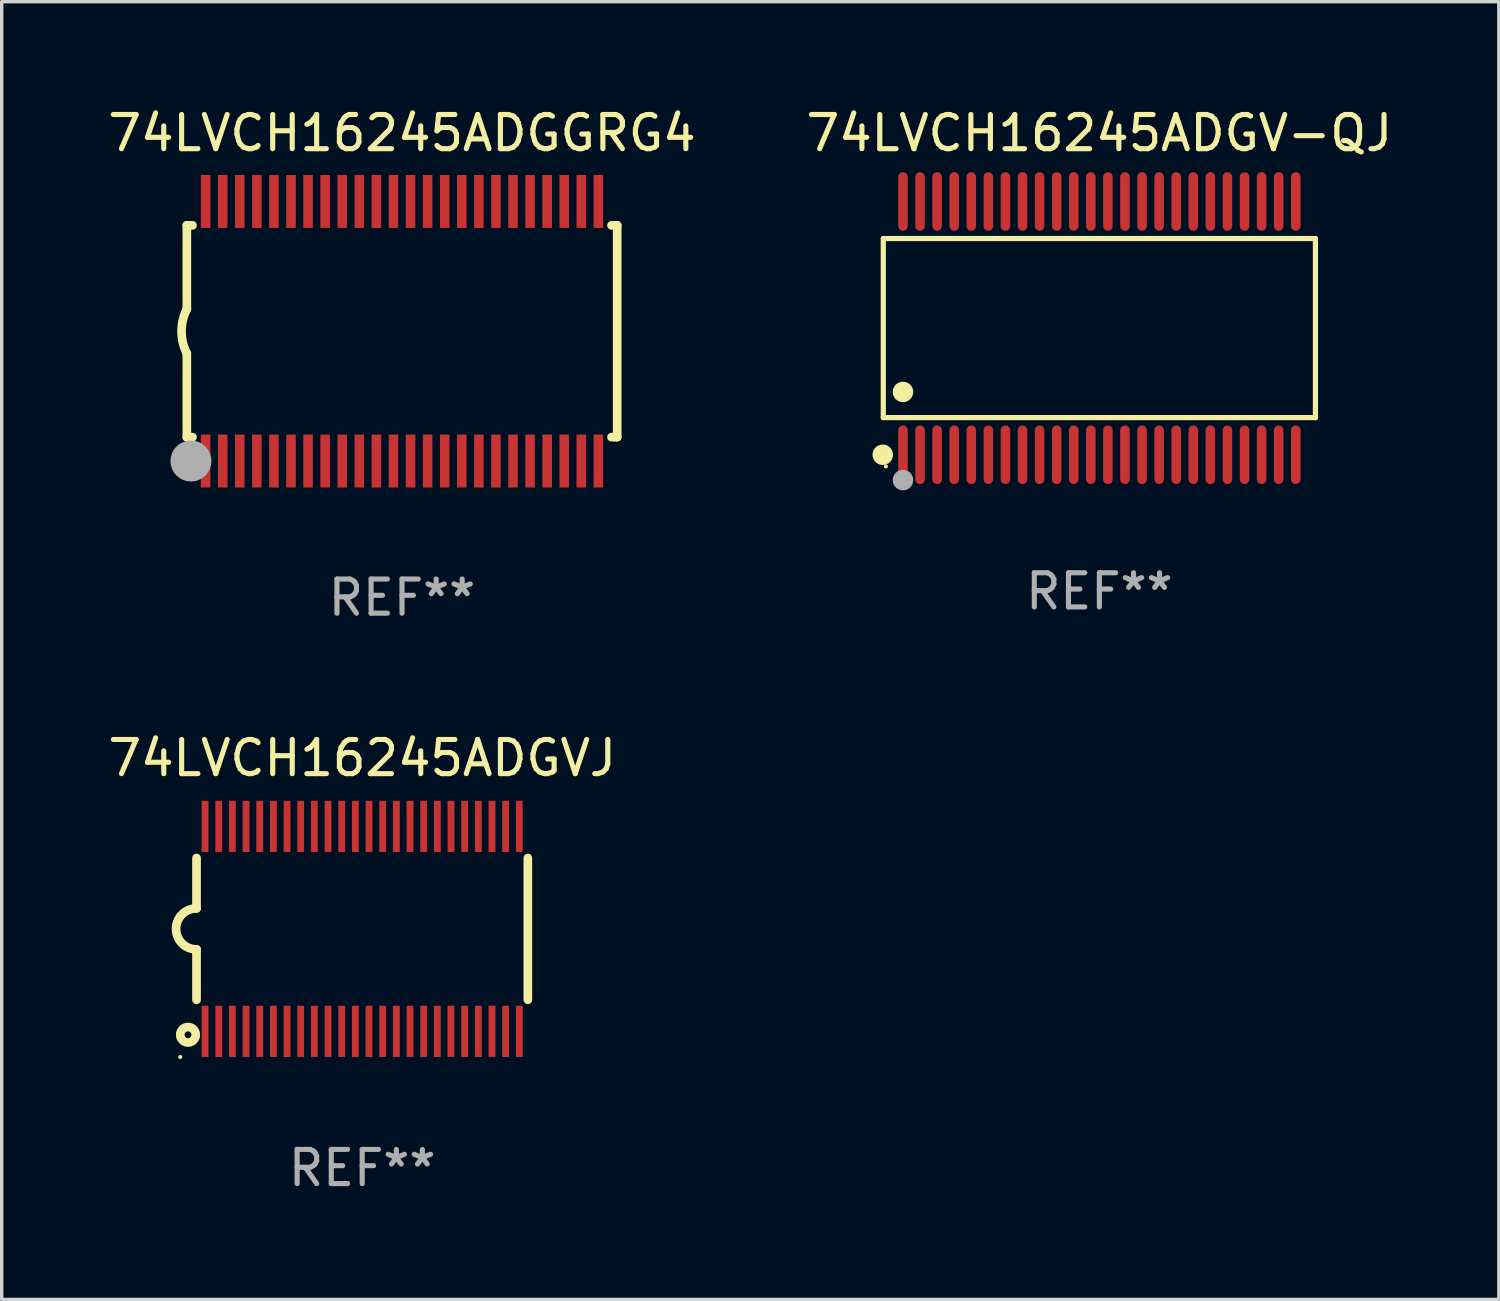
<source format=kicad_pcb>
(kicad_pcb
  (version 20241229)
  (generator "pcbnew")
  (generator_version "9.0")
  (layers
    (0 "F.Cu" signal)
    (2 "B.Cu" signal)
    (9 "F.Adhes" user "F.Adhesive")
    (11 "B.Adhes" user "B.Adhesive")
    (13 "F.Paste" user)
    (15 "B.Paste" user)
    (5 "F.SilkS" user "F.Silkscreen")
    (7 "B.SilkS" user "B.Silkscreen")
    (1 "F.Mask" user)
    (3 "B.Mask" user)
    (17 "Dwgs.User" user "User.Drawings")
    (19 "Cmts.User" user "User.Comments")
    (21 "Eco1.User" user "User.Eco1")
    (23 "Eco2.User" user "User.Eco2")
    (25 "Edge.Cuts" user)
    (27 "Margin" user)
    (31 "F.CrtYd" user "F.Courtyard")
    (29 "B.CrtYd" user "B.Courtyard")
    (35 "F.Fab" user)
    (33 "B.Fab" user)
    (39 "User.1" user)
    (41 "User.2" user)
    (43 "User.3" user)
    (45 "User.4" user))
  (footprint "74LVCH16245ADGV-QJ"
    (layer "F.Cu")
    (at 29.137 6.556)
    (property "Reference" "74LVCH16245ADGV-QJ" (at 0 -5.708 0) (layer "F.SilkS") (effects (font (size 1 1) (thickness 0.15))))
    (attr through_hole)
    (fp_line (start -6.326 -2.622) (end 6.326 -2.622) (stroke (width 0.152) (type solid)) (layer "F.SilkS"))
    (fp_line (start -6.326 2.621) (end -6.326 -2.622) (stroke (width 0.152) (type solid)) (layer "F.SilkS"))
    (fp_line (start 6.326 -2.622) (end 6.326 2.621) (stroke (width 0.152) (type solid)) (layer "F.SilkS"))
    (fp_line (start 6.326 2.621) (end -6.326 2.621) (stroke (width 0.152) (type solid)) (layer "F.SilkS"))
    (fp_circle (center -6.342 3.708) (end -6.192 3.708) (stroke (width 0.3) (type solid)) (fill no) (layer "F.SilkS"))
    (fp_circle (center -6.25 4.05) (end -6.22 4.05) (stroke (width 0.06) (type solid)) (fill no) (layer "F.SilkS"))
    (fp_circle (center -5.75 1.869) (end -5.6 1.869) (stroke (width 0.3) (type solid)) (fill no) (layer "F.SilkS"))
    (fp_circle (center -5.75 4.45) (end -5.6 4.45) (stroke (width 0.3) (type solid)) (fill no) (layer "F.Fab"))
    (fp_text user "REF**" (at 0 7.708 0) (layer "F.Fab") (effects (font (size 1 1) (thickness 0.15))))
    (pad "1" smd oval (at -5.75 3.708) (size 0.28 1.715) (layers "F.Cu" "F.Mask" "F.Paste"))
    (pad "2" smd oval (at -5.25 3.708) (size 0.28 1.715) (layers "F.Cu" "F.Mask" "F.Paste"))
    (pad "3" smd oval (at -4.75 3.708) (size 0.28 1.715) (layers "F.Cu" "F.Mask" "F.Paste"))
    (pad "4" smd oval (at -4.25 3.708) (size 0.28 1.715) (layers "F.Cu" "F.Mask" "F.Paste"))
    (pad "5" smd oval (at -3.75 3.708) (size 0.28 1.715) (layers "F.Cu" "F.Mask" "F.Paste"))
    (pad "6" smd oval (at -3.25 3.708) (size 0.28 1.715) (layers "F.Cu" "F.Mask" "F.Paste"))
    (pad "7" smd oval (at -2.75 3.708) (size 0.28 1.715) (layers "F.Cu" "F.Mask" "F.Paste"))
    (pad "8" smd oval (at -2.25 3.708) (size 0.28 1.715) (layers "F.Cu" "F.Mask" "F.Paste"))
    (pad "9" smd oval (at -1.75 3.708) (size 0.28 1.715) (layers "F.Cu" "F.Mask" "F.Paste"))
    (pad "10" smd oval (at -1.25 3.708) (size 0.28 1.715) (layers "F.Cu" "F.Mask" "F.Paste"))
    (pad "11" smd oval (at -0.75 3.708) (size 0.28 1.715) (layers "F.Cu" "F.Mask" "F.Paste"))
    (pad "12" smd oval (at -0.25 3.708) (size 0.28 1.715) (layers "F.Cu" "F.Mask" "F.Paste"))
    (pad "13" smd oval (at 0.25 3.708) (size 0.28 1.715) (layers "F.Cu" "F.Mask" "F.Paste"))
    (pad "14" smd oval (at 0.75 3.708) (size 0.28 1.715) (layers "F.Cu" "F.Mask" "F.Paste"))
    (pad "15" smd oval (at 1.25 3.708) (size 0.28 1.715) (layers "F.Cu" "F.Mask" "F.Paste"))
    (pad "16" smd oval (at 1.75 3.708) (size 0.28 1.715) (layers "F.Cu" "F.Mask" "F.Paste"))
    (pad "17" smd oval (at 2.25 3.708) (size 0.28 1.715) (layers "F.Cu" "F.Mask" "F.Paste"))
    (pad "18" smd oval (at 2.75 3.708) (size 0.28 1.715) (layers "F.Cu" "F.Mask" "F.Paste"))
    (pad "19" smd oval (at 3.25 3.708) (size 0.28 1.715) (layers "F.Cu" "F.Mask" "F.Paste"))
    (pad "20" smd oval (at 3.75 3.708) (size 0.28 1.715) (layers "F.Cu" "F.Mask" "F.Paste"))
    (pad "21" smd oval (at 4.25 3.708) (size 0.28 1.715) (layers "F.Cu" "F.Mask" "F.Paste"))
    (pad "22" smd oval (at 4.75 3.708) (size 0.28 1.715) (layers "F.Cu" "F.Mask" "F.Paste"))
    (pad "23" smd oval (at 5.25 3.708) (size 0.28 1.715) (layers "F.Cu" "F.Mask" "F.Paste"))
    (pad "24" smd oval (at 5.75 3.708) (size 0.28 1.715) (layers "F.Cu" "F.Mask" "F.Paste"))
    (pad "25" smd oval (at 5.75 -3.708) (size 0.28 1.715) (layers "F.Cu" "F.Mask" "F.Paste"))
    (pad "26" smd oval (at 5.25 -3.708) (size 0.28 1.715) (layers "F.Cu" "F.Mask" "F.Paste"))
    (pad "27" smd oval (at 4.75 -3.708) (size 0.28 1.715) (layers "F.Cu" "F.Mask" "F.Paste"))
    (pad "28" smd oval (at 4.25 -3.708) (size 0.28 1.715) (layers "F.Cu" "F.Mask" "F.Paste"))
    (pad "29" smd oval (at 3.75 -3.708) (size 0.28 1.715) (layers "F.Cu" "F.Mask" "F.Paste"))
    (pad "30" smd oval (at 3.25 -3.708) (size 0.28 1.715) (layers "F.Cu" "F.Mask" "F.Paste"))
    (pad "31" smd oval (at 2.75 -3.708) (size 0.28 1.715) (layers "F.Cu" "F.Mask" "F.Paste"))
    (pad "32" smd oval (at 2.25 -3.708) (size 0.28 1.715) (layers "F.Cu" "F.Mask" "F.Paste"))
    (pad "33" smd oval (at 1.75 -3.708) (size 0.28 1.715) (layers "F.Cu" "F.Mask" "F.Paste"))
    (pad "34" smd oval (at 1.25 -3.708) (size 0.28 1.715) (layers "F.Cu" "F.Mask" "F.Paste"))
    (pad "35" smd oval (at 0.75 -3.708) (size 0.28 1.715) (layers "F.Cu" "F.Mask" "F.Paste"))
    (pad "36" smd oval (at 0.25 -3.708) (size 0.28 1.715) (layers "F.Cu" "F.Mask" "F.Paste"))
    (pad "37" smd oval (at -0.25 -3.708) (size 0.28 1.715) (layers "F.Cu" "F.Mask" "F.Paste"))
    (pad "38" smd oval (at -0.75 -3.708) (size 0.28 1.715) (layers "F.Cu" "F.Mask" "F.Paste"))
    (pad "39" smd oval (at -1.25 -3.708) (size 0.28 1.715) (layers "F.Cu" "F.Mask" "F.Paste"))
    (pad "40" smd oval (at -1.75 -3.708) (size 0.28 1.715) (layers "F.Cu" "F.Mask" "F.Paste"))
    (pad "41" smd oval (at -2.25 -3.708) (size 0.28 1.715) (layers "F.Cu" "F.Mask" "F.Paste"))
    (pad "42" smd oval (at -2.75 -3.708) (size 0.28 1.715) (layers "F.Cu" "F.Mask" "F.Paste"))
    (pad "43" smd oval (at -3.25 -3.708) (size 0.28 1.715) (layers "F.Cu" "F.Mask" "F.Paste"))
    (pad "44" smd oval (at -3.75 -3.708) (size 0.28 1.715) (layers "F.Cu" "F.Mask" "F.Paste"))
    (pad "45" smd oval (at -4.25 -3.708) (size 0.28 1.715) (layers "F.Cu" "F.Mask" "F.Paste"))
    (pad "46" smd oval (at -4.75 -3.708) (size 0.28 1.715) (layers "F.Cu" "F.Mask" "F.Paste"))
    (pad "47" smd oval (at -5.25 -3.708) (size 0.28 1.715) (layers "F.Cu" "F.Mask" "F.Paste"))
    (pad "48" smd oval (at -5.75 -3.708) (size 0.28 1.715) (layers "F.Cu" "F.Mask" "F.Paste")))
  (footprint "74LVCH16245ADGVJ"
    (layer "F.Cu")
    (at 7.554 24.146)
    (property "Reference" "74LVCH16245ADGVJ" (at 0 -5.001 0) (layer "F.SilkS") (effects (font (size 1 1) (thickness 0.15))))
    (attr through_hole)
    (fp_line (start -4.85 -2.076) (end -4.85 -0.6) (stroke (width 0.254) (type solid)) (layer "F.SilkS"))
    (fp_line (start -4.85 2.076) (end -4.85 0.6) (stroke (width 0.254) (type solid)) (layer "F.SilkS"))
    (fp_line (start 4.85 -2.075) (end 4.85 2.075) (stroke (width 0.254) (type solid)) (layer "F.SilkS"))
    (fp_arc (start -4.850013 0.6) (mid -5.449099 -0.0008) (end -4.848869 -0.600457) (stroke (width 0.254001) (type solid)) (layer "F.SilkS"))
    (fp_circle (center -5.327 3.751) (end -5.297 3.751) (stroke (width 0.06) (type solid)) (fill no) (layer "F.SilkS"))
    (fp_circle (center -5.1 3.1) (end -5 3.1) (stroke (width 0.254) (type solid)) (fill no) (layer "F.SilkS"))
    (fp_text user "REF**" (at 0 7.001 0) (layer "F.Fab") (effects (font (size 1 1) (thickness 0.15))))
    (pad "1" smd rect (at -4.6 3) (size 0.2 1.5) (layers "F.Cu" "F.Mask" "F.Paste"))
    (pad "2" smd rect (at -4.2 3) (size 0.2 1.5) (layers "F.Cu" "F.Mask" "F.Paste"))
    (pad "3" smd rect (at -3.8 3) (size 0.2 1.5) (layers "F.Cu" "F.Mask" "F.Paste"))
    (pad "4" smd rect (at -3.4 3) (size 0.2 1.5) (layers "F.Cu" "F.Mask" "F.Paste"))
    (pad "5" smd rect (at -3 3.001) (size 0.2 1.5) (layers "F.Cu" "F.Mask" "F.Paste"))
    (pad "6" smd rect (at -2.6 3) (size 0.2 1.5) (layers "F.Cu" "F.Mask" "F.Paste"))
    (pad "7" smd rect (at -2.2 3) (size 0.2 1.5) (layers "F.Cu" "F.Mask" "F.Paste"))
    (pad "8" smd rect (at -1.8 3) (size 0.2 1.5) (layers "F.Cu" "F.Mask" "F.Paste"))
    (pad "9" smd rect (at -1.4 3) (size 0.2 1.5) (layers "F.Cu" "F.Mask" "F.Paste"))
    (pad "10" smd rect (at -1 3) (size 0.2 1.5) (layers "F.Cu" "F.Mask" "F.Paste"))
    (pad "11" smd rect (at -0.6 3) (size 0.2 1.5) (layers "F.Cu" "F.Mask" "F.Paste"))
    (pad "12" smd rect (at -0.2 3) (size 0.2 1.5) (layers "F.Cu" "F.Mask" "F.Paste"))
    (pad "13" smd rect (at 0.2 3) (size 0.2 1.5) (layers "F.Cu" "F.Mask" "F.Paste"))
    (pad "14" smd rect (at 0.6 3) (size 0.2 1.5) (layers "F.Cu" "F.Mask" "F.Paste"))
    (pad "15" smd rect (at 1 3) (size 0.2 1.5) (layers "F.Cu" "F.Mask" "F.Paste"))
    (pad "16" smd rect (at 1.4 3) (size 0.2 1.5) (layers "F.Cu" "F.Mask" "F.Paste"))
    (pad "17" smd rect (at 1.8 3) (size 0.2 1.5) (layers "F.Cu" "F.Mask" "F.Paste"))
    (pad "18" smd rect (at 2.2 3.001) (size 0.2 1.5) (layers "F.Cu" "F.Mask" "F.Paste"))
    (pad "19" smd rect (at 2.598 2.998) (size 0.2 1.5) (layers "F.Cu" "F.Mask" "F.Paste"))
    (pad "20" smd rect (at 3 3) (size 0.2 1.5) (layers "F.Cu" "F.Mask" "F.Paste"))
    (pad "21" smd rect (at 3.4 3) (size 0.2 1.5) (layers "F.Cu" "F.Mask" "F.Paste"))
    (pad "22" smd rect (at 3.8 2.998) (size 0.2 1.5) (layers "F.Cu" "F.Mask" "F.Paste"))
    (pad "23" smd rect (at 4.2 3) (size 0.2 1.5) (layers "F.Cu" "F.Mask" "F.Paste"))
    (pad "24" smd rect (at 4.6 3) (size 0.2 1.5) (layers "F.Cu" "F.Mask" "F.Paste"))
    (pad "25" smd rect (at 4.6 -3) (size 0.2 1.5) (layers "F.Cu" "F.Mask" "F.Paste"))
    (pad "26" smd rect (at 4.2 -3) (size 0.2 1.5) (layers "F.Cu" "F.Mask" "F.Paste"))
    (pad "27" smd rect (at 3.8 -3) (size 0.2 1.5) (layers "F.Cu" "F.Mask" "F.Paste"))
    (pad "28" smd rect (at 3.4 -3) (size 0.2 1.5) (layers "F.Cu" "F.Mask" "F.Paste"))
    (pad "29" smd rect (at 3 -3) (size 0.2 1.5) (layers "F.Cu" "F.Mask" "F.Paste"))
    (pad "30" smd rect (at 2.6 -3) (size 0.2 1.5) (layers "F.Cu" "F.Mask" "F.Paste"))
    (pad "31" smd rect (at 2.2 -3) (size 0.2 1.5) (layers "F.Cu" "F.Mask" "F.Paste"))
    (pad "32" smd rect (at 1.8 -3) (size 0.2 1.5) (layers "F.Cu" "F.Mask" "F.Paste"))
    (pad "33" smd rect (at 1.4 -3) (size 0.2 1.5) (layers "F.Cu" "F.Mask" "F.Paste"))
    (pad "34" smd rect (at 1 -3) (size 0.2 1.5) (layers "F.Cu" "F.Mask" "F.Paste"))
    (pad "35" smd rect (at 0.6 -3) (size 0.2 1.5) (layers "F.Cu" "F.Mask" "F.Paste"))
    (pad "36" smd rect (at 0.201 -3.001) (size 0.2 1.5) (layers "F.Cu" "F.Mask" "F.Paste"))
    (pad "37" smd rect (at -0.2 -3) (size 0.2 1.5) (layers "F.Cu" "F.Mask" "F.Paste"))
    (pad "38" smd rect (at -0.6 -3) (size 0.2 1.5) (layers "F.Cu" "F.Mask" "F.Paste"))
    (pad "39" smd rect (at -1 -3) (size 0.2 1.5) (layers "F.Cu" "F.Mask" "F.Paste"))
    (pad "40" smd rect (at -1.4 -3) (size 0.2 1.5) (layers "F.Cu" "F.Mask" "F.Paste"))
    (pad "41" smd rect (at -1.8 -3) (size 0.2 1.5) (layers "F.Cu" "F.Mask" "F.Paste"))
    (pad "42" smd rect (at -2.2 -3) (size 0.2 1.5) (layers "F.Cu" "F.Mask" "F.Paste"))
    (pad "43" smd rect (at -2.6 -3) (size 0.2 1.5) (layers "F.Cu" "F.Mask" "F.Paste"))
    (pad "44" smd rect (at -3 -3) (size 0.2 1.5) (layers "F.Cu" "F.Mask" "F.Paste"))
    (pad "45" smd rect (at -3.4 -3) (size 0.2 1.5) (layers "F.Cu" "F.Mask" "F.Paste"))
    (pad "46" smd rect (at -3.8 -3) (size 0.2 1.5) (layers "F.Cu" "F.Mask" "F.Paste"))
    (pad "47" smd rect (at -4.2 -3) (size 0.2 1.5) (layers "F.Cu" "F.Mask" "F.Paste"))
    (pad "48" smd rect (at -4.6 -3) (size 0.2 1.5) (layers "F.Cu" "F.Mask" "F.Paste")))
  (footprint "74LVCH16245ADGGRG4"
    (layer "F.Cu")
    (at 8.72 6.648)
    (property "Reference" "74LVCH16245ADGGRG4" (at 0 -5.8 0) (layer "F.SilkS") (effects (font (size 1 1) (thickness 0.15))))
    (attr through_hole)
    (fp_line (start -6.3 -3.1) (end -6.3 -0.65) (stroke (width 0.254) (type solid)) (layer "F.SilkS"))
    (fp_line (start -6.3 -3.1) (end -6.134 -3.1) (stroke (width 0.254) (type solid)) (layer "F.SilkS"))
    (fp_line (start -6.3 3.1) (end -6.3 0.65) (stroke (width 0.254) (type solid)) (layer "F.SilkS"))
    (fp_line (start -6.3 3.1) (end -6.134 3.1) (stroke (width 0.254) (type solid)) (layer "F.SilkS"))
    (fp_line (start 6.134 -3.1) (end 6.3 -3.1) (stroke (width 0.254) (type solid)) (layer "F.SilkS"))
    (fp_line (start 6.134 3.1) (end 6.3 3.1) (stroke (width 0.254) (type solid)) (layer "F.SilkS"))
    (fp_line (start 6.3 -3.1) (end 6.3 3.1) (stroke (width 0.254) (type solid)) (layer "F.SilkS"))
    (fp_arc (start -6.301016 0.650114) (mid -6.45413 -0.000082) (end -6.3 -0.650038) (stroke (width 0.254001) (type solid)) (layer "F.SilkS"))
    (fp_circle (center -6.35 3.81) (end -6.223 3.81) (stroke (width 0.254) (type solid)) (fill no) (layer "F.SilkS"))
    (fp_circle (center -6.25 4.05) (end -6.22 4.05) (stroke (width 0.06) (type solid)) (fill no) (layer "F.SilkS"))
    (fp_circle (center -6.18 3.8) (end -5.88 3.8) (stroke (width 0.6) (type solid)) (fill no) (layer "F.Fab"))
    (fp_text user "REF**" (at 0 7.8 0) (layer "F.Fab") (effects (font (size 1 1) (thickness 0.15))))
    (pad "1" smd rect (at -5.75 3.8) (size 0.28 1.55) (layers "F.Cu" "F.Mask" "F.Paste"))
    (pad "2" smd rect (at -5.25 3.8) (size 0.28 1.55) (layers "F.Cu" "F.Mask" "F.Paste"))
    (pad "3" smd rect (at -4.75 3.8) (size 0.28 1.55) (layers "F.Cu" "F.Mask" "F.Paste"))
    (pad "4" smd rect (at -4.25 3.8) (size 0.28 1.55) (layers "F.Cu" "F.Mask" "F.Paste"))
    (pad "5" smd rect (at -3.75 3.8) (size 0.28 1.55) (layers "F.Cu" "F.Mask" "F.Paste"))
    (pad "6" smd rect (at -3.25 3.8) (size 0.28 1.55) (layers "F.Cu" "F.Mask" "F.Paste"))
    (pad "7" smd rect (at -2.75 3.8) (size 0.28 1.55) (layers "F.Cu" "F.Mask" "F.Paste"))
    (pad "8" smd rect (at -2.25 3.8) (size 0.28 1.55) (layers "F.Cu" "F.Mask" "F.Paste"))
    (pad "9" smd rect (at -1.75 3.8) (size 0.28 1.55) (layers "F.Cu" "F.Mask" "F.Paste"))
    (pad "10" smd rect (at -1.25 3.8) (size 0.28 1.55) (layers "F.Cu" "F.Mask" "F.Paste"))
    (pad "11" smd rect (at -0.75 3.8) (size 0.28 1.55) (layers "F.Cu" "F.Mask" "F.Paste"))
    (pad "12" smd rect (at -0.25 3.8) (size 0.28 1.55) (layers "F.Cu" "F.Mask" "F.Paste"))
    (pad "13" smd rect (at 0.25 3.8) (size 0.28 1.55) (layers "F.Cu" "F.Mask" "F.Paste"))
    (pad "14" smd rect (at 0.75 3.8) (size 0.28 1.55) (layers "F.Cu" "F.Mask" "F.Paste"))
    (pad "15" smd rect (at 1.25 3.8) (size 0.28 1.55) (layers "F.Cu" "F.Mask" "F.Paste"))
    (pad "16" smd rect (at 1.75 3.8) (size 0.28 1.55) (layers "F.Cu" "F.Mask" "F.Paste"))
    (pad "17" smd rect (at 2.25 3.8) (size 0.28 1.55) (layers "F.Cu" "F.Mask" "F.Paste"))
    (pad "18" smd rect (at 2.75 3.8) (size 0.28 1.55) (layers "F.Cu" "F.Mask" "F.Paste"))
    (pad "19" smd rect (at 3.25 3.8) (size 0.28 1.55) (layers "F.Cu" "F.Mask" "F.Paste"))
    (pad "20" smd rect (at 3.75 3.8) (size 0.28 1.55) (layers "F.Cu" "F.Mask" "F.Paste"))
    (pad "21" smd rect (at 4.25 3.8) (size 0.28 1.55) (layers "F.Cu" "F.Mask" "F.Paste"))
    (pad "22" smd rect (at 4.75 3.8) (size 0.28 1.55) (layers "F.Cu" "F.Mask" "F.Paste"))
    (pad "23" smd rect (at 5.25 3.8) (size 0.28 1.55) (layers "F.Cu" "F.Mask" "F.Paste"))
    (pad "24" smd rect (at 5.75 3.8) (size 0.28 1.55) (layers "F.Cu" "F.Mask" "F.Paste"))
    (pad "25" smd rect (at 5.75 -3.8) (size 0.28 1.55) (layers "F.Cu" "F.Mask" "F.Paste"))
    (pad "26" smd rect (at 5.25 -3.8) (size 0.28 1.55) (layers "F.Cu" "F.Mask" "F.Paste"))
    (pad "27" smd rect (at 4.75 -3.8) (size 0.28 1.55) (layers "F.Cu" "F.Mask" "F.Paste"))
    (pad "28" smd rect (at 4.25 -3.8) (size 0.28 1.55) (layers "F.Cu" "F.Mask" "F.Paste"))
    (pad "29" smd rect (at 3.75 -3.8) (size 0.28 1.55) (layers "F.Cu" "F.Mask" "F.Paste"))
    (pad "30" smd rect (at 3.25 -3.8) (size 0.28 1.55) (layers "F.Cu" "F.Mask" "F.Paste"))
    (pad "31" smd rect (at 2.75 -3.8) (size 0.28 1.55) (layers "F.Cu" "F.Mask" "F.Paste"))
    (pad "32" smd rect (at 2.25 -3.8) (size 0.28 1.55) (layers "F.Cu" "F.Mask" "F.Paste"))
    (pad "33" smd rect (at 1.75 -3.8) (size 0.28 1.55) (layers "F.Cu" "F.Mask" "F.Paste"))
    (pad "34" smd rect (at 1.25 -3.8) (size 0.28 1.55) (layers "F.Cu" "F.Mask" "F.Paste"))
    (pad "35" smd rect (at 0.75 -3.8) (size 0.28 1.55) (layers "F.Cu" "F.Mask" "F.Paste"))
    (pad "36" smd rect (at 0.25 -3.8) (size 0.28 1.55) (layers "F.Cu" "F.Mask" "F.Paste"))
    (pad "37" smd rect (at -0.25 -3.8) (size 0.28 1.55) (layers "F.Cu" "F.Mask" "F.Paste"))
    (pad "38" smd rect (at -0.75 -3.8) (size 0.28 1.55) (layers "F.Cu" "F.Mask" "F.Paste"))
    (pad "39" smd rect (at -1.25 -3.8) (size 0.28 1.55) (layers "F.Cu" "F.Mask" "F.Paste"))
    (pad "40" smd rect (at -1.75 -3.8) (size 0.28 1.55) (layers "F.Cu" "F.Mask" "F.Paste"))
    (pad "41" smd rect (at -2.25 -3.8) (size 0.28 1.55) (layers "F.Cu" "F.Mask" "F.Paste"))
    (pad "42" smd rect (at -2.75 -3.8) (size 0.28 1.55) (layers "F.Cu" "F.Mask" "F.Paste"))
    (pad "43" smd rect (at -3.25 -3.8) (size 0.28 1.55) (layers "F.Cu" "F.Mask" "F.Paste"))
    (pad "44" smd rect (at -3.75 -3.8) (size 0.28 1.55) (layers "F.Cu" "F.Mask" "F.Paste"))
    (pad "45" smd rect (at -4.25 -3.8) (size 0.28 1.55) (layers "F.Cu" "F.Mask" "F.Paste"))
    (pad "46" smd rect (at -4.75 -3.8) (size 0.28 1.55) (layers "F.Cu" "F.Mask" "F.Paste"))
    (pad "47" smd rect (at -5.25 -3.8) (size 0.28 1.55) (layers "F.Cu" "F.Mask" "F.Paste"))
    (pad "48" smd rect (at -5.75 -3.8) (size 0.28 1.55) (layers "F.Cu" "F.Mask" "F.Paste")))
  (gr_rect
    (start -3 -3)
    (end 40.833 34.995)
    (stroke (width 0.1) (type default))
    (fill no)
    (layer "Edge.Cuts")))
</source>
